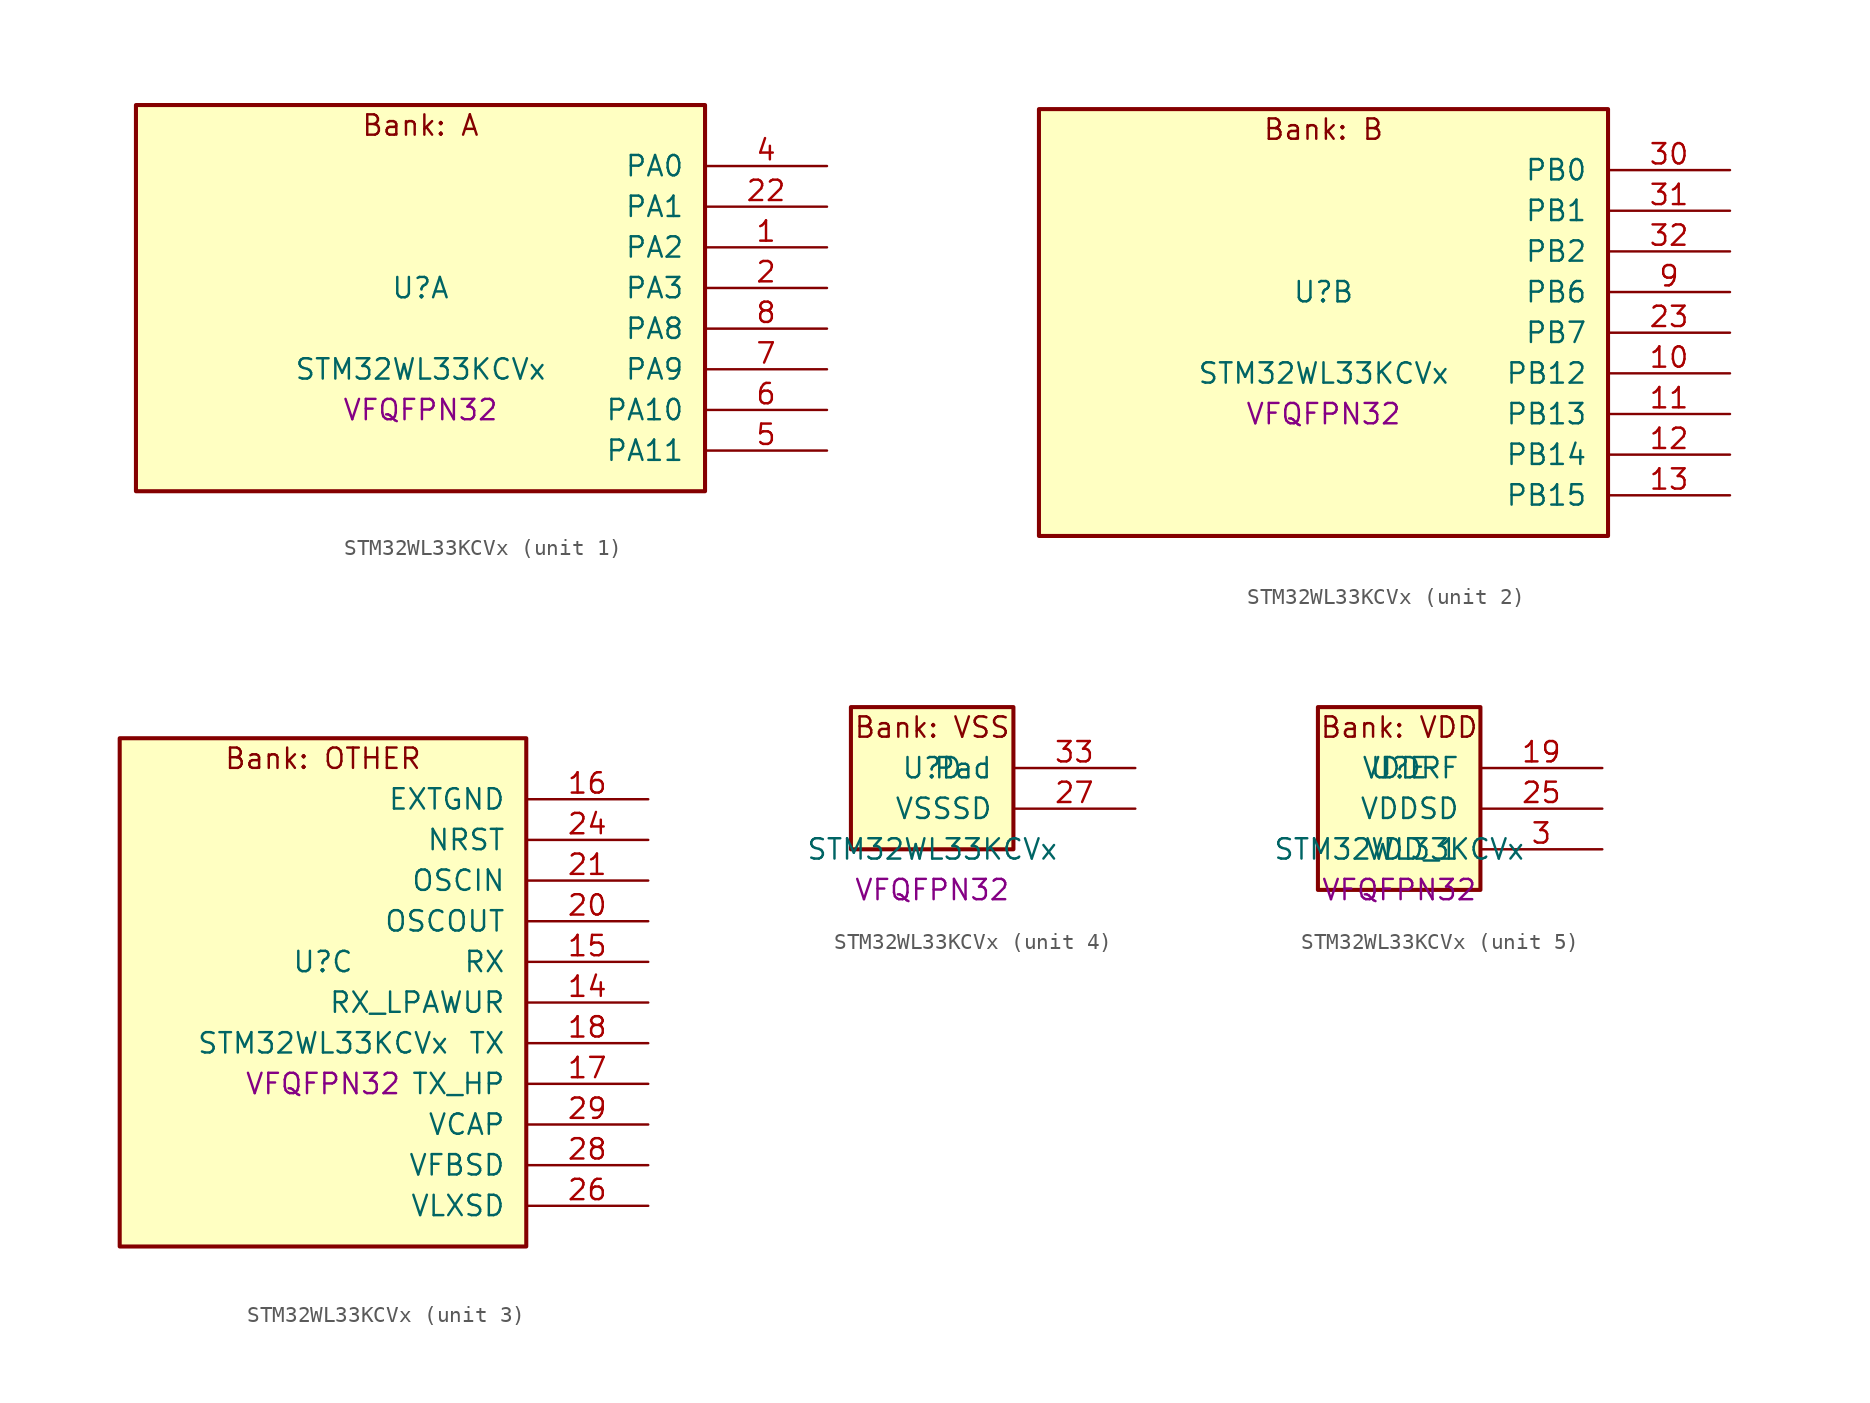
<source format=kicad_sym>
(kicad_symbol_lib
  (version 20241209)
  (generator "stm32_pkl_generator")
  (generator_version "1.0")
  (symbol "STM32WL33KCVx"
    (pin_names
      (offset 1.27))
    (property "Reference" "U"
      (at 0 2.54 0))
    (property "Value" "STM32WL33KCVx"
      (at 0 -2.54 0))
    (property "Footprint" "VFQFPN32"
      (at 0 -5.08 0))
    (symbol "STM32WL33KCVx_1_1"
      (rectangle (start -17.78 13.97) (end 17.78 -10.16) (stroke (width 0.254) (type solid)) (fill (type background)))
      (text "Bank: A" (at 0 12.7 0))
      (pin bidirectional line (at 25.4 10.16 180) (length 7.62) (name "PA0") (number "4") (alternate "PA0/I2C1_SCL" bidirectional line) (alternate "PA0/LCD_COM4" bidirectional line) (alternate "PA0/LCD_SEG12" bidirectional line) (alternate "PA0/PWR_WKUP12" bidirectional line) (alternate "PA0/TIM2_CH3" bidirectional line) (alternate "PA0/USART1_CTS" bidirectional line))
      (pin bidirectional line (at 25.4 7.62 180) (length 7.62) (name "PA1") (number "22") (alternate "PA1/I2C1_SDA" bidirectional line) (alternate "PA1/LCD_SEG0" bidirectional line) (alternate "PA1/PWR_WKUP13" bidirectional line) (alternate "PA1/TIM16_BRK" bidirectional line) (alternate "PA1/TIM2_CH4" bidirectional line) (alternate "PA1/USART1_TX" bidirectional line))
      (pin bidirectional line (at 25.4 5.08 180) (length 7.62) (name "PA2") (number "1") (alternate "PA2/ADC1_VINM2" bidirectional line) (alternate "PA2/DEBUG_SWDIO" bidirectional line) (alternate "PA2/I2S3_MCK" bidirectional line) (alternate "PA2/LCD_SEG1" bidirectional line) (alternate "PA2/PWR_WKUP14" bidirectional line) (alternate "PA2/TIM16_CH1" bidirectional line) (alternate "PA2/TIM2_CH1" bidirectional line) (alternate "PA2/USART1_CK" bidirectional line))
      (pin bidirectional line (at 25.4 2.54 180) (length 7.62) (name "PA3") (number "2") (alternate "PA3/ADC1_VINP2" bidirectional line) (alternate "PA3/DEBUG_SWCLK" bidirectional line) (alternate "PA3/I2S3_CK" bidirectional line) (alternate "PA3/LCD_SEG2" bidirectional line) (alternate "PA3/PWR_WKUP15" bidirectional line) (alternate "PA3/SPI3_SCK" bidirectional line) (alternate "PA3/TIM16_CH1N" bidirectional line) (alternate "PA3/TIM2_CH2" bidirectional line) (alternate "PA3/USART1_DE" bidirectional line) (alternate "PA3/USART1_RTS" bidirectional line))
      (pin bidirectional line (at 25.4 0 180) (length 7.62) (name "PA8") (number "8") (alternate "PA8/LCD_COM0" bidirectional line) (alternate "PA8/MRSUBG_RX_SEQUENCE" bidirectional line) (alternate "PA8/PWR_WKUP8" bidirectional line) (alternate "PA8/RTC_OUT" bidirectional line) (alternate "PA8/RTC_TAMP1" bidirectional line) (alternate "PA8/RTC_TS" bidirectional line) (alternate "PA8/SPI3_MISO" bidirectional line) (alternate "PA8/TIM2_CH3" bidirectional line) (alternate "PA8/USART1_RX" bidirectional line))
      (pin bidirectional line (at 25.4 -2.54 180) (length 7.62) (name "PA9") (number "7") (alternate "PA9/I2S3_WS" bidirectional line) (alternate "PA9/LCD_SEG3" bidirectional line) (alternate "PA9/PWR_WKUP9" bidirectional line) (alternate "PA9/RTC_OUT" bidirectional line) (alternate "PA9/SPI3_NSS" bidirectional line) (alternate "PA9/TIM2_CH4" bidirectional line) (alternate "PA9/USART1_TX" bidirectional line))
      (pin bidirectional line (at 25.4 -5.08 180) (length 7.62) (name "PA10") (number "6") (alternate "PA10/I2S3_MCK" bidirectional line) (alternate "PA10/LCD_SEG4" bidirectional line) (alternate "PA10/LPUART1_CTS" bidirectional line) (alternate "PA10/MRSUBG_TX_DATA" bidirectional line) (alternate "PA10/MRSUBG_TX_SEQUENCE" bidirectional line) (alternate "PA10/PWR_WKUP10" bidirectional line))
      (pin bidirectional line (at 25.4 -7.62 180) (length 7.62) (name "PA11") (number "5") (alternate "PA11/I2S3_SD" bidirectional line) (alternate "PA11/LCD_SEG5" bidirectional line) (alternate "PA11/MRSUBG_RX_SEQUENCE" bidirectional line) (alternate "PA11/MRSUBG_TX_CLOCK" bidirectional line) (alternate "PA11/PWR_WKUP11" bidirectional line) (alternate "PA11/RCC_MCO" bidirectional line) (alternate "PA11/SPI3_MOSI" bidirectional line)))
    (symbol "STM32WL33KCVx_2_1"
      (rectangle (start -17.78 13.97) (end 17.78 -12.7) (stroke (width 0.254) (type solid)) (fill (type background)))
      (text "Bank: B" (at 0 12.7 0))
      (pin bidirectional line (at 25.4 10.16 180) (length 7.62) (name "PB0") (number "30") (alternate "PB0/ADC1_VINM1" bidirectional line) (alternate "PB0/COMP1_INM" bidirectional line) (alternate "PB0/LCD_COM1" bidirectional line) (alternate "PB0/LPUART1_DE" bidirectional line) (alternate "PB0/LPUART1_RTS" bidirectional line) (alternate "PB0/MRSUBG_ANTENNA_SWITCH" bidirectional line) (alternate "PB0/PWR_WKUP0" bidirectional line) (alternate "PB0/TIM16_CH1" bidirectional line) (alternate "PB0/USART1_RX" bidirectional line))
      (pin bidirectional line (at 25.4 7.62 180) (length 7.62) (name "PB1") (number "31") (alternate "PB1/ADC1_VINP1" bidirectional line) (alternate "PB1/COMP1_INP" bidirectional line) (alternate "PB1/DEBUG_SWDIO" bidirectional line) (alternate "PB1/LCD_SEG6" bidirectional line) (alternate "PB1/LCSC_LCA" bidirectional line) (alternate "PB1/MRSUBG_RX_DATA" bidirectional line) (alternate "PB1/PWR_WKUP1" bidirectional line) (alternate "PB1/TIM16_CH1N" bidirectional line) (alternate "PB1/USART1_CK" bidirectional line))
      (pin bidirectional line (at 25.4 5.08 180) (length 7.62) (name "PB2") (number "32") (alternate "PB2/ADC1_VINM0" bidirectional line) (alternate "PB2/COMP1_INP" bidirectional line) (alternate "PB2/DEBUG_SWCLK" bidirectional line) (alternate "PB2/LCD_SEG7" bidirectional line) (alternate "PB2/LCSC_LCT" bidirectional line) (alternate "PB2/MRSUBG_RX_CLOCK" bidirectional line) (alternate "PB2/PWR_WKUP2" bidirectional line) (alternate "PB2/TIM16_BRK" bidirectional line) (alternate "PB2/USART1_DE" bidirectional line) (alternate "PB2/USART1_RTS" bidirectional line))
      (pin bidirectional line (at 25.4 2.54 180) (length 7.62) (name "PB6") (number "9") (alternate "PB6/COMP1_OUT" bidirectional line) (alternate "PB6/I2C1_SCL" bidirectional line) (alternate "PB6/I2S3_CK" bidirectional line) (alternate "PB6/LCD_COM7" bidirectional line) (alternate "PB6/LCD_SEG15" bidirectional line) (alternate "PB6/LPUART1_TX" bidirectional line) (alternate "PB6/PWR_WKUP6" bidirectional line) (alternate "PB6/SPI3_SCK" bidirectional line) (alternate "PB6/TIM2_CH3" bidirectional line))
      (pin bidirectional line (at 25.4 0 180) (length 7.62) (name "PB7") (number "23") (alternate "PB7/I2C1_SDA" bidirectional line) (alternate "PB7/I2S3_SD" bidirectional line) (alternate "PB7/LCD_COM2" bidirectional line) (alternate "PB7/LPUART1_RX" bidirectional line) (alternate "PB7/PWR_WKUP7" bidirectional line) (alternate "PB7/SPI3_MOSI" bidirectional line) (alternate "PB7/TIM2_ETR" bidirectional line))
      (pin bidirectional line (at 25.4 -2.54 180) (length 7.62) (name "PB12") (number "10") (alternate "PB12/LPUART1_CTS" bidirectional line) (alternate "PB12/RCC_LCO" bidirectional line) (alternate "PB12/RCC_OSC32_OUT" bidirectional line) (alternate "PB12/TIM2_CH3" bidirectional line) (alternate "PB12/USART1_DE" bidirectional line) (alternate "PB12/USART1_RTS" bidirectional line))
      (pin bidirectional line (at 25.4 -5.08 180) (length 7.62) (name "PB13") (number "11") (alternate "PB13/I2C2_SMBA" bidirectional line) (alternate "PB13/RCC_OSC32_IN" bidirectional line) (alternate "PB13/TIM2_CH4" bidirectional line))
      (pin bidirectional line (at 25.4 -7.62 180) (length 7.62) (name "PB14") (number "12") (alternate "PB14/I2C1_SMBA" bidirectional line) (alternate "PB14/LCD_COM3" bidirectional line) (alternate "PB14/MRSUBG_TX_SEQUENCE" bidirectional line) (alternate "PB14/PWR_PVD_IN" bidirectional line) (alternate "PB14/RCC_MCO" bidirectional line) (alternate "PB14/TIM2_ETR" bidirectional line) (alternate "PB14/USART1_RX" bidirectional line))
      (pin bidirectional line (at 25.4 -10.16 180) (length 7.62) (name "PB15") (number "13") (alternate "PB15/COMP1_OUT" bidirectional line) (alternate "PB15/LCD_VLCD" bidirectional line) (alternate "PB15/USART1_TX" bidirectional line)))
    (symbol "STM32WL33KCVx_3_1"
      (rectangle (start -12.7 16.51) (end 12.7 -15.24) (stroke (width 0.254) (type solid)) (fill (type background)))
      (text "Bank: OTHER" (at 0 15.24 0))
      (pin power_in line (at 20.32 12.7 180) (length 7.62) (name "EXTGND") (number "16"))
      (pin input line (at 20.32 10.16 180) (length 7.62) (name "NRST") (number "24"))
      (pin bidirectional line (at 20.32 7.62 180) (length 7.62) (name "OSCIN") (number "21") (alternate "OSCIN/RCC_OSC_IN" bidirectional line))
      (pin bidirectional line (at 20.32 5.08 180) (length 7.62) (name "OSCOUT") (number "20") (alternate "OSCOUT/RCC_OSC_OUT" bidirectional line))
      (pin input line (at 20.32 2.54 180) (length 7.62) (name "RX") (number "15"))
      (pin input line (at 20.32 0 180) (length 7.62) (name "RX_LPAWUR") (number "14"))
      (pin input line (at 20.32 -2.54 180) (length 7.62) (name "TX") (number "18"))
      (pin input line (at 20.32 -5.08 180) (length 7.62) (name "TX_HP") (number "17"))
      (pin power_in line (at 20.32 -7.62 180) (length 7.62) (name "VCAP") (number "29"))
      (pin power_in line (at 20.32 -10.16 180) (length 7.62) (name "VFBSD") (number "28"))
      (pin power_in line (at 20.32 -12.7 180) (length 7.62) (name "VLXSD") (number "26")))
    (symbol "STM32WL33KCVx_4_1"
      (rectangle (start -5.08 6.35) (end 5.08 -2.54) (stroke (width 0.254) (type solid)) (fill (type background)))
      (text "Bank: VSS" (at 0 5.08 0))
      (pin passive line (at 12.7 2.54 180) (length 7.62) (name "Pad") (number "33"))
      (pin power_in line (at 12.7 0 180) (length 7.62) (name "VSSSD") (number "27")))
    (symbol "STM32WL33KCVx_5_1"
      (rectangle (start -5.08 6.35) (end 5.08 -5.08) (stroke (width 0.254) (type solid)) (fill (type background)))
      (text "Bank: VDD" (at 0 5.08 0))
      (pin power_in line (at 12.7 2.54 180) (length 7.62) (name "VDDRF") (number "19"))
      (pin power_in line (at 12.7 0 180) (length 7.62) (name "VDDSD") (number "25"))
      (pin power_in line (at 12.7 -2.54 180) (length 7.62) (name "VDD_1") (number "3")))))
</source>
